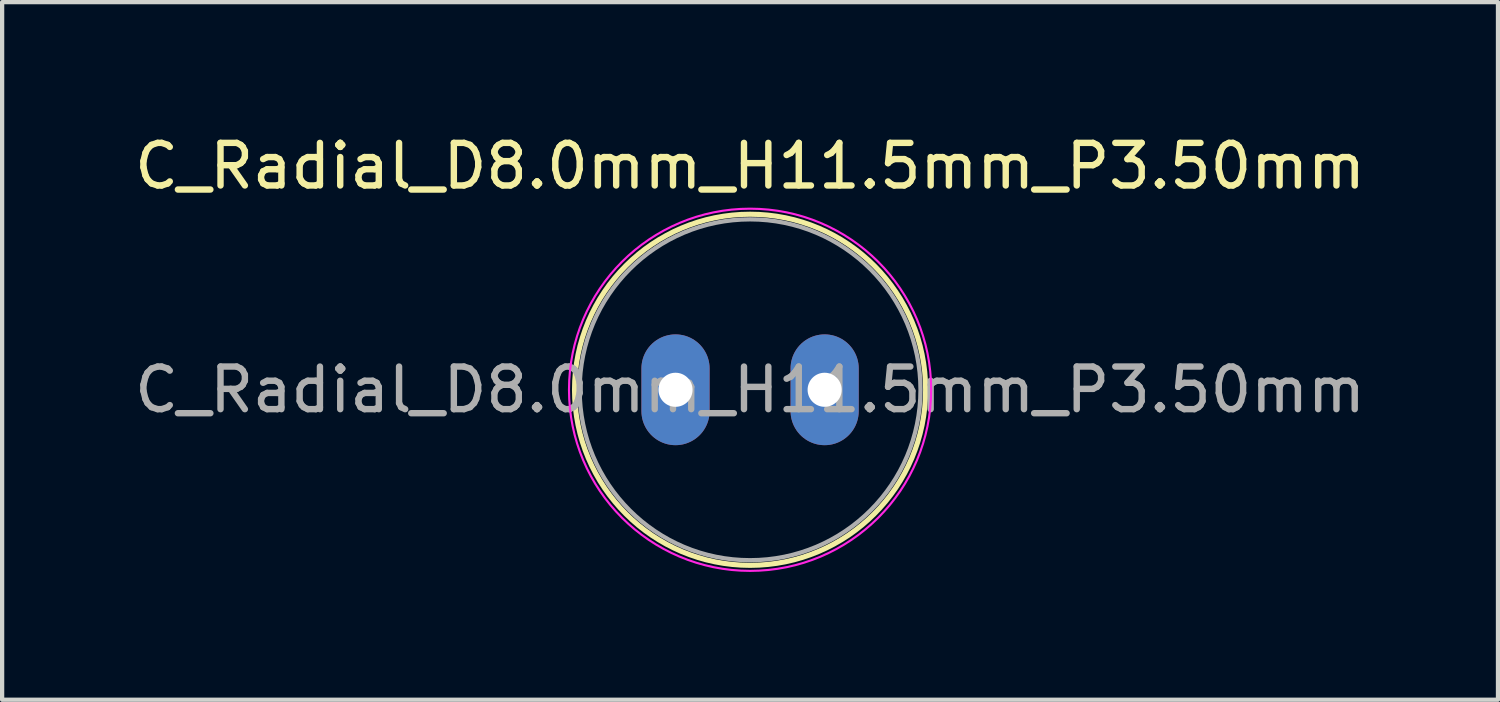
<source format=kicad_pcb>
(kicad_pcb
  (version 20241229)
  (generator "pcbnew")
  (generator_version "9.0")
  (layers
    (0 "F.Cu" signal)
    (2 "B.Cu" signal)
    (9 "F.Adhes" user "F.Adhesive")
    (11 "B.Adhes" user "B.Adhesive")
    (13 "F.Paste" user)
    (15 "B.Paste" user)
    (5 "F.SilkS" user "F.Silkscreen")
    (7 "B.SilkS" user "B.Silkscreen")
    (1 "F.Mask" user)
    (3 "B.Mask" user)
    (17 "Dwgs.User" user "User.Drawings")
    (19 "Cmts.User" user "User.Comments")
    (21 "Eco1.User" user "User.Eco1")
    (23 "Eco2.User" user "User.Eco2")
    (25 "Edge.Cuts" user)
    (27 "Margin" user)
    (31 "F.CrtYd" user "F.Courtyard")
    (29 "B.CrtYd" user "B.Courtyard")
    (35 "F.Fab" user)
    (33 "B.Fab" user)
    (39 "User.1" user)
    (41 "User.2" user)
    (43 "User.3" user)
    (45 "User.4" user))
  (footprint "C_Radial_D8.0mm_H11.5mm_P3.50mm"
    (layer "F.Cu")
    (at 12.804 6.098)
    (property "Reference" "C_Radial_D8.0mm_H11.5mm_P3.50mm" (at 1.75 -5.25 0) (layer "F.SilkS") (effects (font (size 1 1) (thickness 0.15))))
    (attr through_hole)
    (fp_circle (center 1.75 0) (end 5.87 0) (stroke (width 0.12) (type solid)) (fill no) (layer "F.SilkS"))
    (fp_circle (center 1.75 0) (end 6 0) (stroke (width 0.05) (type solid)) (fill no) (layer "F.CrtYd"))
    (fp_circle (center 1.75 0) (end 5.75 0) (stroke (width 0.1) (type solid)) (fill no) (layer "F.Fab"))
    (fp_text user "${REFERENCE}" (at 1.75 0 0) (layer "F.Fab") (effects (font (size 1 1) (thickness 0.15))))
    (pad "1" thru_hole oval (at 0 0) (size 1.6 2.6) (drill 0.8) (layers "*.Cu" "*.Mask"))
    (pad "2" thru_hole oval (at 3.5 0) (size 1.6 2.6) (drill 0.8) (layers "*.Cu" "*.Mask")))
  (gr_rect
    (start -3 -3)
    (end 32.107 13.373)
    (stroke (width 0.1) (type default))
    (fill no)
    (layer "Edge.Cuts")))
</source>
